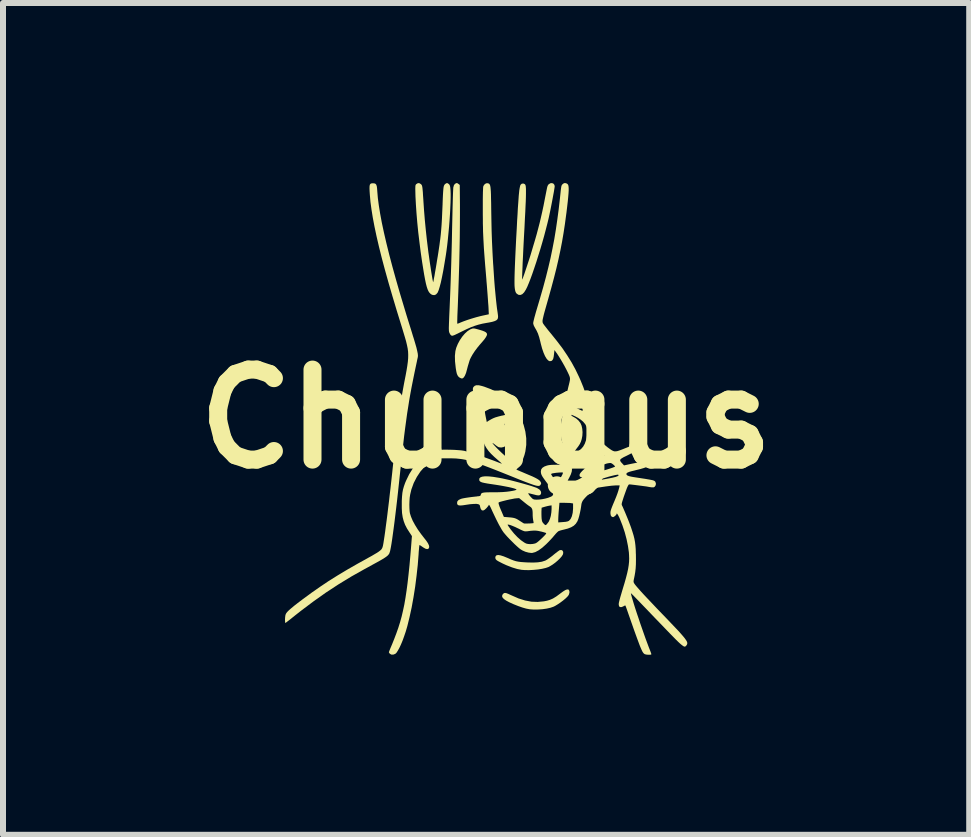
<source format=kicad_pcb>
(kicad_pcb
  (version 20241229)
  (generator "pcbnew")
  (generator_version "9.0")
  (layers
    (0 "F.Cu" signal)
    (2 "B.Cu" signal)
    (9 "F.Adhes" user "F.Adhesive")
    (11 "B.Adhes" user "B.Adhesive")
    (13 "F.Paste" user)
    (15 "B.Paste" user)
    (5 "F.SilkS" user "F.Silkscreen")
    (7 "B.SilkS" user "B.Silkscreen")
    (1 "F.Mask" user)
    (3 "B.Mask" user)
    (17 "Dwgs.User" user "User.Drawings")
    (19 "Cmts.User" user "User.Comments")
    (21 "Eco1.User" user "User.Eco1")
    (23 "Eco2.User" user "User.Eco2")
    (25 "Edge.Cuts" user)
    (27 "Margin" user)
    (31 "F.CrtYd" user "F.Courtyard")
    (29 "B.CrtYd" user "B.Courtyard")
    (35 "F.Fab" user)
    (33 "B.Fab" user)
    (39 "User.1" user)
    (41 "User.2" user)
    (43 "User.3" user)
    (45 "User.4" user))
  (footprint "Chungus"
    (layer "F.Cu")
    (at 5.05 3.93)
    (property "Reference" "Chungus" (at 0 0 0) (layer "F.SilkS") (effects (font (size 1.5 1.5) (thickness 0.3))))
    (attr board_only exclude_from_pos_files exclude_from_bom)
    (fp_poly (pts (xy -0.199 -1.507) (xy -0.175 -1.502) (xy -0.14 -1.493) (xy -0.14 -1.493) (xy -0.101 -1.482) (xy -0.062 -1.47) (xy -0.032 -1.458) (xy -0.027 -1.456) (xy -0.004 -1.443) (xy 0.01 -1.428) (xy 0.016 -1.411) (xy 0.011 -1.389) (xy -0.004 -1.361) (xy -0.029 -1.325) (xy -0.066 -1.281) (xy -0.103 -1.239) (xy -0.145 -1.188) (xy -0.187 -1.132) (xy -0.224 -1.076) (xy -0.253 -1.024) (xy -0.269 -0.991) (xy -0.279 -0.962) (xy -0.291 -0.922) (xy -0.305 -0.876) (xy -0.317 -0.83) (xy -0.334 -0.767) (xy -0.353 -0.721) (xy -0.372 -0.691) (xy -0.392 -0.675) (xy -0.415 -0.675) (xy -0.441 -0.688) (xy -0.451 -0.695) (xy -0.466 -0.71) (xy -0.477 -0.728) (xy -0.487 -0.751) (xy -0.495 -0.784) (xy -0.503 -0.829) (xy -0.507 -0.857) (xy -0.518 -0.959) (xy -0.52 -1.05) (xy -0.512 -1.129) (xy -0.498 -1.184) (xy -0.472 -1.248) (xy -0.438 -1.311) (xy -0.398 -1.37) (xy -0.355 -1.421) (xy -0.31 -1.462) (xy -0.267 -1.49) (xy -0.253 -1.496) (xy -0.233 -1.504) (xy -0.217 -1.507)) (stroke (width 0) (type solid)) (fill yes) (layer "F.SilkS"))
    (fp_poly (pts (xy 1.37 2.843) (xy 1.377 2.848) (xy 1.387 2.866) (xy 1.389 2.893) (xy 1.381 2.923) (xy 1.374 2.938) (xy 1.354 2.963) (xy 1.322 2.994) (xy 1.282 3.027) (xy 1.238 3.06) (xy 1.192 3.091) (xy 1.149 3.117) (xy 1.122 3.13) (xy 1.072 3.147) (xy 1.011 3.161) (xy 0.941 3.171) (xy 0.869 3.176) (xy 0.798 3.177) (xy 0.734 3.173) (xy 0.725 3.172) (xy 0.667 3.161) (xy 0.604 3.143) (xy 0.533 3.118) (xy 0.453 3.086) (xy 0.385 3.055) (xy 0.333 3.027) (xy 0.296 3.001) (xy 0.274 2.977) (xy 0.266 2.955) (xy 0.271 2.932) (xy 0.287 2.912) (xy 0.3 2.903) (xy 0.316 2.9) (xy 0.339 2.904) (xy 0.37 2.916) (xy 0.413 2.936) (xy 0.427 2.942) (xy 0.541 2.992) (xy 0.65 3.026) (xy 0.756 3.046) (xy 0.86 3.05) (xy 0.963 3.04) (xy 1.014 3.03) (xy 1.064 3.015) (xy 1.114 2.993) (xy 1.168 2.96) (xy 1.228 2.916) (xy 1.238 2.908) (xy 1.285 2.874) (xy 1.321 2.852) (xy 1.349 2.842)) (stroke (width 0) (type solid)) (fill yes) (layer "F.SilkS"))
    (fp_poly (pts (xy 1.274 2.196) (xy 1.285 2.218) (xy 1.283 2.247) (xy 1.279 2.26) (xy 1.262 2.288) (xy 1.233 2.322) (xy 1.195 2.359) (xy 1.153 2.395) (xy 1.108 2.428) (xy 1.064 2.455) (xy 1.04 2.468) (xy 0.993 2.484) (xy 0.933 2.498) (xy 0.865 2.509) (xy 0.791 2.516) (xy 0.716 2.52) (xy 0.644 2.519) (xy 0.591 2.515) (xy 0.518 2.501) (xy 0.433 2.475) (xy 0.338 2.438) (xy 0.277 2.41) (xy 0.23 2.386) (xy 0.196 2.368) (xy 0.174 2.353) (xy 0.161 2.339) (xy 0.155 2.324) (xy 0.153 2.311) (xy 0.159 2.287) (xy 0.174 2.273) (xy 0.201 2.268) (xy 0.24 2.274) (xy 0.291 2.29) (xy 0.355 2.316) (xy 0.367 2.321) (xy 0.416 2.343) (xy 0.458 2.359) (xy 0.497 2.371) (xy 0.537 2.379) (xy 0.582 2.385) (xy 0.637 2.389) (xy 0.691 2.392) (xy 0.784 2.394) (xy 0.863 2.39) (xy 0.928 2.38) (xy 0.981 2.363) (xy 0.993 2.358) (xy 1.016 2.345) (xy 1.048 2.323) (xy 1.085 2.296) (xy 1.122 2.267) (xy 1.123 2.265) (xy 1.157 2.238) (xy 1.188 2.214) (xy 1.212 2.197) (xy 1.226 2.188) (xy 1.228 2.187) (xy 1.255 2.185)) (stroke (width 0) (type solid)) (fill yes) (layer "F.SilkS"))
    (fp_poly (pts (xy 1.123 -3.919) (xy 1.138 -3.899) (xy 1.143 -3.877) (xy 1.141 -3.859) (xy 1.136 -3.827) (xy 1.129 -3.783) (xy 1.119 -3.73) (xy 1.108 -3.67) (xy 1.096 -3.606) (xy 1.083 -3.54) (xy 1.07 -3.474) (xy 1.057 -3.412) (xy 1.045 -3.356) (xy 1.044 -3.351) (xy 1.021 -3.256) (xy 0.995 -3.155) (xy 0.967 -3.049) (xy 0.936 -2.939) (xy 0.904 -2.83) (xy 0.87 -2.721) (xy 0.837 -2.615) (xy 0.803 -2.514) (xy 0.771 -2.42) (xy 0.74 -2.335) (xy 0.711 -2.261) (xy 0.685 -2.199) (xy 0.663 -2.155) (xy 0.634 -2.109) (xy 0.603 -2.078) (xy 0.572 -2.065) (xy 0.541 -2.067) (xy 0.518 -2.081) (xy 0.508 -2.089) (xy 0.499 -2.1) (xy 0.492 -2.114) (xy 0.486 -2.131) (xy 0.481 -2.154) (xy 0.477 -2.182) (xy 0.474 -2.217) (xy 0.473 -2.26) (xy 0.473 -2.311) (xy 0.474 -2.373) (xy 0.476 -2.445) (xy 0.479 -2.53) (xy 0.483 -2.627) (xy 0.488 -2.738) (xy 0.494 -2.863) (xy 0.501 -3.005) (xy 0.503 -3.04) (xy 0.511 -3.18) (xy 0.517 -3.304) (xy 0.524 -3.413) (xy 0.529 -3.509) (xy 0.535 -3.591) (xy 0.54 -3.661) (xy 0.544 -3.72) (xy 0.549 -3.769) (xy 0.553 -3.808) (xy 0.558 -3.84) (xy 0.563 -3.865) (xy 0.567 -3.883) (xy 0.572 -3.896) (xy 0.576 -3.903) (xy 0.595 -3.919) (xy 0.62 -3.922) (xy 0.643 -3.913) (xy 0.652 -3.903) (xy 0.656 -3.894) (xy 0.66 -3.88) (xy 0.662 -3.859) (xy 0.664 -3.832) (xy 0.664 -3.796) (xy 0.664 -3.75) (xy 0.663 -3.694) (xy 0.661 -3.627) (xy 0.657 -3.547) (xy 0.653 -3.453) (xy 0.647 -3.345) (xy 0.641 -3.221) (xy 0.64 -3.197) (xy 0.632 -3.056) (xy 0.625 -2.924) (xy 0.619 -2.804) (xy 0.614 -2.696) (xy 0.609 -2.599) (xy 0.606 -2.516) (xy 0.603 -2.447) (xy 0.601 -2.392) (xy 0.6 -2.353) (xy 0.6 -2.329) (xy 0.6 -2.321) (xy 0.604 -2.328) (xy 0.613 -2.348) (xy 0.625 -2.381) (xy 0.64 -2.424) (xy 0.657 -2.475) (xy 0.676 -2.532) (xy 0.696 -2.593) (xy 0.717 -2.656) (xy 0.737 -2.719) (xy 0.745 -2.745) (xy 0.781 -2.867) (xy 0.814 -2.977) (xy 0.843 -3.078) (xy 0.868 -3.173) (xy 0.892 -3.265) (xy 0.914 -3.358) (xy 0.936 -3.455) (xy 0.958 -3.558) (xy 0.98 -3.672) (xy 1.005 -3.798) (xy 1.011 -3.828) (xy 1.019 -3.866) (xy 1.029 -3.891) (xy 1.041 -3.908) (xy 1.045 -3.911) (xy 1.072 -3.927) (xy 1.099 -3.929)) (stroke (width 0) (type solid)) (fill yes) (layer "F.SilkS"))
    (fp_poly (pts (xy -1.111 -3.927) (xy -1.089 -3.914) (xy -1.081 -3.907) (xy -1.075 -3.899) (xy -1.069 -3.888) (xy -1.065 -3.872) (xy -1.061 -3.85) (xy -1.058 -3.818) (xy -1.054 -3.777) (xy -1.051 -3.723) (xy -1.046 -3.654) (xy -1.044 -3.619) (xy -1.034 -3.472) (xy -1.021 -3.313) (xy -1.005 -3.148) (xy -0.987 -2.981) (xy -0.967 -2.819) (xy -0.967 -2.818) (xy -0.961 -2.771) (xy -0.953 -2.716) (xy -0.945 -2.657) (xy -0.936 -2.594) (xy -0.926 -2.532) (xy -0.917 -2.471) (xy -0.908 -2.415) (xy -0.9 -2.366) (xy -0.893 -2.325) (xy -0.887 -2.296) (xy -0.884 -2.28) (xy -0.883 -2.278) (xy -0.88 -2.285) (xy -0.875 -2.307) (xy -0.869 -2.341) (xy -0.86 -2.386) (xy -0.851 -2.441) (xy -0.84 -2.502) (xy -0.829 -2.568) (xy -0.818 -2.638) (xy -0.806 -2.708) (xy -0.795 -2.778) (xy -0.785 -2.845) (xy -0.776 -2.906) (xy -0.769 -2.962) (xy -0.764 -2.997) (xy -0.756 -3.066) (xy -0.749 -3.144) (xy -0.742 -3.233) (xy -0.736 -3.334) (xy -0.731 -3.449) (xy -0.725 -3.58) (xy -0.725 -3.59) (xy -0.722 -3.669) (xy -0.719 -3.733) (xy -0.716 -3.783) (xy -0.713 -3.822) (xy -0.71 -3.851) (xy -0.706 -3.873) (xy -0.701 -3.888) (xy -0.695 -3.899) (xy -0.688 -3.908) (xy -0.686 -3.911) (xy -0.663 -3.927) (xy -0.642 -3.928) (xy -0.62 -3.912) (xy -0.619 -3.911) (xy -0.609 -3.899) (xy -0.603 -3.884) (xy -0.598 -3.862) (xy -0.595 -3.829) (xy -0.593 -3.806) (xy -0.591 -3.752) (xy -0.591 -3.683) (xy -0.593 -3.602) (xy -0.597 -3.511) (xy -0.602 -3.413) (xy -0.609 -3.309) (xy -0.617 -3.204) (xy -0.627 -3.098) (xy -0.637 -2.994) (xy -0.648 -2.895) (xy -0.66 -2.802) (xy -0.67 -2.733) (xy -0.693 -2.593) (xy -0.714 -2.47) (xy -0.735 -2.363) (xy -0.754 -2.274) (xy -0.773 -2.202) (xy -0.79 -2.146) (xy -0.806 -2.108) (xy -0.811 -2.1) (xy -0.835 -2.073) (xy -0.865 -2.062) (xy -0.898 -2.067) (xy -0.905 -2.07) (xy -0.926 -2.084) (xy -0.944 -2.102) (xy -0.96 -2.126) (xy -0.975 -2.159) (xy -0.989 -2.201) (xy -1.003 -2.255) (xy -1.017 -2.322) (xy -1.032 -2.403) (xy -1.04 -2.451) (xy -1.066 -2.613) (xy -1.09 -2.779) (xy -1.111 -2.946) (xy -1.131 -3.112) (xy -1.147 -3.273) (xy -1.16 -3.428) (xy -1.17 -3.574) (xy -1.177 -3.707) (xy -1.179 -3.789) (xy -1.18 -3.834) (xy -1.179 -3.865) (xy -1.178 -3.885) (xy -1.174 -3.898) (xy -1.169 -3.907) (xy -1.161 -3.914) (xy -1.135 -3.929)) (stroke (width 0) (type solid)) (fill yes) (layer "F.SilkS"))
    (fp_poly (pts (xy -0.48 -3.928) (xy -0.459 -3.914) (xy -0.439 -3.898) (xy -0.436 -3.575) (xy -0.436 -3.404) (xy -0.437 -3.217) (xy -0.439 -3.016) (xy -0.443 -2.804) (xy -0.448 -2.582) (xy -0.455 -2.352) (xy -0.463 -2.115) (xy -0.472 -1.874) (xy -0.477 -1.761) (xy -0.479 -1.709) (xy -0.48 -1.663) (xy -0.481 -1.625) (xy -0.481 -1.599) (xy -0.481 -1.587) (xy -0.481 -1.586) (xy -0.472 -1.588) (xy -0.452 -1.594) (xy -0.433 -1.603) (xy -0.378 -1.625) (xy -0.311 -1.649) (xy -0.239 -1.672) (xy -0.165 -1.694) (xy -0.096 -1.712) (xy -0.066 -1.719) (xy 0.045 -1.743) (xy 0.04 -1.854) (xy 0.038 -1.888) (xy 0.034 -1.935) (xy 0.03 -1.995) (xy 0.025 -2.064) (xy 0.019 -2.14) (xy 0.013 -2.219) (xy 0.006 -2.3) (xy 0.005 -2.319) (xy -0.006 -2.45) (xy -0.016 -2.567) (xy -0.024 -2.67) (xy -0.031 -2.762) (xy -0.037 -2.845) (xy -0.041 -2.92) (xy -0.045 -2.991) (xy -0.048 -3.057) (xy -0.051 -3.123) (xy -0.052 -3.189) (xy -0.054 -3.258) (xy -0.054 -3.33) (xy -0.055 -3.41) (xy -0.055 -3.474) (xy -0.055 -3.574) (xy -0.055 -3.658) (xy -0.054 -3.727) (xy -0.053 -3.781) (xy -0.051 -3.823) (xy -0.05 -3.853) (xy -0.047 -3.873) (xy -0.045 -3.881) (xy -0.026 -3.908) (xy -0.001 -3.925) (xy 0.026 -3.927) (xy 0.033 -3.925) (xy 0.043 -3.922) (xy 0.051 -3.917) (xy 0.058 -3.909) (xy 0.064 -3.898) (xy 0.069 -3.882) (xy 0.073 -3.859) (xy 0.076 -3.828) (xy 0.079 -3.787) (xy 0.081 -3.736) (xy 0.082 -3.673) (xy 0.084 -3.597) (xy 0.085 -3.505) (xy 0.086 -3.445) (xy 0.088 -3.326) (xy 0.09 -3.221) (xy 0.092 -3.126) (xy 0.095 -3.039) (xy 0.098 -2.955) (xy 0.102 -2.871) (xy 0.106 -2.784) (xy 0.111 -2.691) (xy 0.117 -2.587) (xy 0.12 -2.549) (xy 0.128 -2.425) (xy 0.136 -2.305) (xy 0.145 -2.192) (xy 0.155 -2.087) (xy 0.164 -1.993) (xy 0.173 -1.911) (xy 0.181 -1.843) (xy 0.185 -1.816) (xy 0.191 -1.776) (xy 0.196 -1.739) (xy 0.199 -1.711) (xy 0.199 -1.699) (xy 0.196 -1.676) (xy 0.187 -1.658) (xy 0.169 -1.642) (xy 0.141 -1.629) (xy 0.101 -1.617) (xy 0.047 -1.606) (xy 0.006 -1.599) (xy -0.064 -1.586) (xy -0.128 -1.57) (xy -0.189 -1.551) (xy -0.253 -1.527) (xy -0.323 -1.496) (xy -0.401 -1.458) (xy -0.454 -1.432) (xy -0.495 -1.412) (xy -0.524 -1.398) (xy -0.546 -1.39) (xy -0.56 -1.386) (xy -0.571 -1.386) (xy -0.579 -1.39) (xy -0.586 -1.394) (xy -0.6 -1.411) (xy -0.612 -1.436) (xy -0.615 -1.443) (xy -0.617 -1.451) (xy -0.618 -1.459) (xy -0.62 -1.469) (xy -0.62 -1.482) (xy -0.621 -1.499) (xy -0.621 -1.521) (xy -0.62 -1.551) (xy -0.619 -1.588) (xy -0.617 -1.635) (xy -0.615 -1.693) (xy -0.612 -1.764) (xy -0.608 -1.847) (xy -0.604 -1.946) (xy -0.601 -2.016) (xy -0.596 -2.143) (xy -0.591 -2.279) (xy -0.586 -2.427) (xy -0.581 -2.587) (xy -0.576 -2.761) (xy -0.571 -2.949) (xy -0.567 -3.152) (xy -0.562 -3.371) (xy -0.562 -3.372) (xy -0.56 -3.459) (xy -0.558 -3.542) (xy -0.556 -3.619) (xy -0.554 -3.688) (xy -0.552 -3.748) (xy -0.55 -3.797) (xy -0.548 -3.833) (xy -0.547 -3.854) (xy -0.546 -3.858) (xy -0.536 -3.894) (xy -0.52 -3.915) (xy -0.499 -3.928)) (stroke (width 0) (type solid)) (fill yes) (layer "F.SilkS"))
    (fp_poly (pts (xy -1.86 -3.924) (xy -1.843 -3.917) (xy -1.831 -3.903) (xy -1.822 -3.879) (xy -1.817 -3.842) (xy -1.813 -3.791) (xy -1.813 -3.789) (xy -1.804 -3.681) (xy -1.788 -3.559) (xy -1.766 -3.422) (xy -1.738 -3.271) (xy -1.703 -3.107) (xy -1.662 -2.93) (xy -1.615 -2.74) (xy -1.562 -2.539) (xy -1.503 -2.326) (xy -1.439 -2.103) (xy -1.369 -1.87) (xy -1.326 -1.727) (xy -1.304 -1.656) (xy -1.281 -1.582) (xy -1.258 -1.509) (xy -1.237 -1.441) (xy -1.219 -1.381) (xy -1.206 -1.341) (xy -1.181 -1.257) (xy -1.161 -1.188) (xy -1.148 -1.132) (xy -1.139 -1.089) (xy -1.136 -1.057) (xy -1.137 -1.037) (xy -1.14 -1.02) (xy -1.147 -0.99) (xy -1.155 -0.949) (xy -1.165 -0.903) (xy -1.172 -0.87) (xy -1.197 -0.751) (xy -1.22 -0.637) (xy -1.242 -0.527) (xy -1.262 -0.419) (xy -1.281 -0.311) (xy -1.298 -0.202) (xy -1.316 -0.089) (xy -1.332 0.029) (xy -1.349 0.154) (xy -1.366 0.287) (xy -1.382 0.43) (xy -1.4 0.585) (xy -1.418 0.754) (xy -1.437 0.929) (xy -1.452 1.071) (xy -1.467 1.21) (xy -1.482 1.345) (xy -1.497 1.474) (xy -1.512 1.598) (xy -1.526 1.713) (xy -1.54 1.82) (xy -1.553 1.916) (xy -1.565 2.002) (xy -1.576 2.075) (xy -1.586 2.134) (xy -1.595 2.179) (xy -1.6 2.203) (xy -1.606 2.221) (xy -1.611 2.237) (xy -1.618 2.251) (xy -1.629 2.265) (xy -1.643 2.28) (xy -1.663 2.296) (xy -1.689 2.314) (xy -1.723 2.335) (xy -1.767 2.361) (xy -1.821 2.391) (xy -1.887 2.427) (xy -1.965 2.47) (xy -2.024 2.502) (xy -2.248 2.628) (xy -2.461 2.758) (xy -2.669 2.894) (xy -2.875 3.04) (xy -3.084 3.197) (xy -3.178 3.271) (xy -3.223 3.307) (xy -3.264 3.34) (xy -3.299 3.367) (xy -3.325 3.387) (xy -3.342 3.399) (xy -3.346 3.402) (xy -3.348 3.394) (xy -3.35 3.374) (xy -3.351 3.345) (xy -3.351 3.342) (xy -3.349 3.307) (xy -3.345 3.275) (xy -3.339 3.255) (xy -3.329 3.236) (xy -3.311 3.214) (xy -3.284 3.187) (xy -3.247 3.155) (xy -3.199 3.115) (xy -3.139 3.068) (xy -3.066 3.013) (xy -3.057 3.006) (xy -2.913 2.9) (xy -2.77 2.8) (xy -2.624 2.702) (xy -2.472 2.607) (xy -2.312 2.511) (xy -2.141 2.413) (xy -2.043 2.359) (xy -1.968 2.317) (xy -1.906 2.283) (xy -1.857 2.254) (xy -1.818 2.231) (xy -1.788 2.211) (xy -1.766 2.194) (xy -1.75 2.18) (xy -1.739 2.166) (xy -1.731 2.151) (xy -1.725 2.136) (xy -1.724 2.132) (xy -1.718 2.109) (xy -1.711 2.071) (xy -1.703 2.019) (xy -1.693 1.954) (xy -1.682 1.877) (xy -1.671 1.791) (xy -1.658 1.695) (xy -1.645 1.593) (xy -1.632 1.484) (xy -1.618 1.371) (xy -1.605 1.255) (xy -1.591 1.137) (xy -1.578 1.019) (xy -1.565 0.901) (xy -1.553 0.786) (xy -1.543 0.691) (xy -1.525 0.514) (xy -1.508 0.353) (xy -1.49 0.203) (xy -1.472 0.063) (xy -1.454 -0.071) (xy -1.435 -0.2) (xy -1.414 -0.327) (xy -1.392 -0.455) (xy -1.368 -0.586) (xy -1.361 -0.623) (xy -1.341 -0.724) (xy -1.325 -0.811) (xy -1.313 -0.886) (xy -1.304 -0.952) (xy -1.299 -1.011) (xy -1.298 -1.067) (xy -1.3 -1.12) (xy -1.307 -1.174) (xy -1.319 -1.232) (xy -1.334 -1.295) (xy -1.355 -1.367) (xy -1.38 -1.45) (xy -1.409 -1.546) (xy -1.411 -1.552) (xy -1.49 -1.808) (xy -1.562 -2.049) (xy -1.628 -2.276) (xy -1.687 -2.488) (xy -1.74 -2.687) (xy -1.786 -2.872) (xy -1.826 -3.044) (xy -1.86 -3.205) (xy -1.888 -3.353) (xy -1.91 -3.49) (xy -1.927 -3.616) (xy -1.937 -3.732) (xy -1.941 -3.79) (xy -1.943 -3.841) (xy -1.942 -3.878) (xy -1.937 -3.902) (xy -1.927 -3.917) (xy -1.912 -3.924) (xy -1.89 -3.926) (xy -1.884 -3.926)) (stroke (width 0) (type solid)) (fill yes) (layer "F.SilkS"))
    (fp_poly (pts (xy -0.119 -0.56) (xy -0.069 -0.548) (xy -0.032 -0.537) (xy 0.08 -0.495) (xy 0.179 -0.447) (xy 0.267 -0.391) (xy 0.349 -0.326) (xy 0.381 -0.296) (xy 0.46 -0.208) (xy 0.528 -0.112) (xy 0.583 -0.009) (xy 0.625 0.099) (xy 0.654 0.211) (xy 0.669 0.323) (xy 0.669 0.434) (xy 0.654 0.543) (xy 0.639 0.602) (xy 0.618 0.661) (xy 0.594 0.717) (xy 0.567 0.766) (xy 0.541 0.804) (xy 0.534 0.813) (xy 0.504 0.845) (xy 0.544 0.862) (xy 0.566 0.872) (xy 0.6 0.886) (xy 0.642 0.904) (xy 0.687 0.923) (xy 0.708 0.932) (xy 0.77 0.958) (xy 0.818 0.981) (xy 0.853 1) (xy 0.879 1.017) (xy 0.897 1.033) (xy 0.908 1.05) (xy 0.909 1.051) (xy 0.917 1.07) (xy 0.915 1.084) (xy 0.908 1.096) (xy 0.902 1.105) (xy 0.893 1.112) (xy 0.883 1.116) (xy 0.868 1.117) (xy 0.848 1.115) (xy 0.822 1.109) (xy 0.789 1.099) (xy 0.746 1.084) (xy 0.694 1.065) (xy 0.631 1.041) (xy 0.555 1.011) (xy 0.466 0.975) (xy 0.384 0.942) (xy 0.259 0.892) (xy 0.148 0.848) (xy 0.05 0.81) (xy -0.037 0.777) (xy -0.113 0.749) (xy -0.182 0.726) (xy -0.243 0.707) (xy -0.299 0.692) (xy -0.351 0.68) (xy -0.401 0.671) (xy -0.45 0.665) (xy -0.499 0.66) (xy -0.55 0.658) (xy -0.604 0.657) (xy -0.648 0.657) (xy -0.711 0.657) (xy -0.76 0.658) (xy -0.799 0.661) (xy -0.83 0.667) (xy -0.857 0.676) (xy -0.882 0.689) (xy -0.91 0.706) (xy -0.942 0.728) (xy -1.021 0.795) (xy -1.093 0.875) (xy -1.154 0.967) (xy -1.206 1.068) (xy -1.245 1.175) (xy -1.266 1.264) (xy -1.273 1.311) (xy -1.277 1.366) (xy -1.279 1.426) (xy -1.278 1.484) (xy -1.275 1.535) (xy -1.27 1.571) (xy -1.252 1.628) (xy -1.224 1.695) (xy -1.185 1.767) (xy -1.138 1.843) (xy -1.083 1.92) (xy -1.038 1.978) (xy -0.997 2.03) (xy -0.969 2.072) (xy -0.953 2.106) (xy -0.948 2.133) (xy -0.95 2.143) (xy -0.961 2.164) (xy -0.982 2.17) (xy -1.011 2.163) (xy -1.049 2.141) (xy -1.076 2.122) (xy -1.095 2.109) (xy -1.108 2.103) (xy -1.112 2.104) (xy -1.113 2.115) (xy -1.116 2.139) (xy -1.119 2.175) (xy -1.123 2.219) (xy -1.125 2.256) (xy -1.139 2.434) (xy -1.159 2.615) (xy -1.182 2.796) (xy -1.21 2.973) (xy -1.241 3.144) (xy -1.276 3.304) (xy -1.312 3.451) (xy -1.317 3.468) (xy -1.34 3.547) (xy -1.366 3.623) (xy -1.392 3.695) (xy -1.419 3.76) (xy -1.446 3.817) (xy -1.471 3.862) (xy -1.493 3.896) (xy -1.513 3.915) (xy -1.513 3.915) (xy -1.547 3.928) (xy -1.578 3.928) (xy -1.603 3.914) (xy -1.615 3.899) (xy -1.62 3.889) (xy -1.617 3.878) (xy -1.608 3.855) (xy -1.595 3.822) (xy -1.578 3.782) (xy -1.568 3.759) (xy -1.53 3.664) (xy -1.495 3.572) (xy -1.463 3.481) (xy -1.434 3.389) (xy -1.408 3.295) (xy -1.385 3.197) (xy -1.363 3.094) (xy -1.344 2.984) (xy -1.326 2.865) (xy -1.309 2.737) (xy -1.293 2.597) (xy -1.277 2.444) (xy -1.262 2.276) (xy -1.253 2.168) (xy -1.236 1.953) (xy -1.277 1.891) (xy -1.318 1.827) (xy -1.35 1.765) (xy -1.373 1.704) (xy -1.39 1.639) (xy -1.401 1.568) (xy -1.405 1.488) (xy -1.405 1.395) (xy -1.405 1.367) (xy -1.401 1.294) (xy -1.395 1.232) (xy -1.385 1.178) (xy -1.37 1.125) (xy -1.35 1.068) (xy -1.331 1.024) (xy -1.281 0.921) (xy -1.222 0.827) (xy -1.155 0.743) (xy -1.083 0.67) (xy -1.007 0.609) (xy -0.927 0.562) (xy -0.846 0.531) (xy -0.798 0.519) (xy -0.762 0.516) (xy -0.714 0.513) (xy -0.657 0.513) (xy -0.594 0.514) (xy -0.531 0.516) (xy -0.471 0.52) (xy -0.418 0.524) (xy -0.377 0.53) (xy -0.364 0.532) (xy -0.321 0.544) (xy -0.265 0.56) (xy -0.197 0.582) (xy -0.121 0.607) (xy -0.038 0.636) (xy 0.048 0.667) (xy 0.136 0.699) (xy 0.223 0.733) (xy 0.26 0.747) (xy 0.261 0.745) (xy 0.25 0.733) (xy 0.23 0.715) (xy 0.202 0.691) (xy 0.2 0.689) (xy 0.135 0.632) (xy 0.082 0.581) (xy 0.04 0.534) (xy 0.006 0.487) (xy -0.022 0.438) (xy -0.036 0.405) (xy 0.107 0.405) (xy 0.116 0.418) (xy 0.136 0.441) (xy 0.165 0.472) (xy 0.197 0.505) (xy 0.258 0.564) (xy 0.313 0.614) (xy 0.36 0.652) (xy 0.399 0.679) (xy 0.429 0.694) (xy 0.448 0.696) (xy 0.455 0.688) (xy 0.468 0.669) (xy 0.483 0.642) (xy 0.484 0.639) (xy 0.497 0.613) (xy 0.505 0.588) (xy 0.512 0.561) (xy 0.517 0.527) (xy 0.521 0.481) (xy 0.522 0.476) (xy 0.526 0.409) (xy 0.526 0.34) (xy 0.522 0.272) (xy 0.516 0.209) (xy 0.507 0.157) (xy 0.499 0.127) (xy 0.49 0.106) (xy 0.48 0.092) (xy 0.464 0.084) (xy 0.439 0.079) (xy 0.403 0.077) (xy 0.369 0.077) (xy 0.337 0.077) (xy 0.318 0.079) (xy 0.31 0.083) (xy 0.31 0.09) (xy 0.31 0.092) (xy 0.325 0.146) (xy 0.337 0.187) (xy 0.345 0.219) (xy 0.351 0.245) (xy 0.356 0.269) (xy 0.358 0.28) (xy 0.363 0.33) (xy 0.361 0.378) (xy 0.352 0.417) (xy 0.344 0.433) (xy 0.321 0.455) (xy 0.288 0.47) (xy 0.251 0.477) (xy 0.216 0.473) (xy 0.202 0.468) (xy 0.185 0.457) (xy 0.161 0.44) (xy 0.147 0.428) (xy 0.122 0.41) (xy 0.109 0.402) (xy 0.107 0.405) (xy -0.036 0.405) (xy -0.046 0.384) (xy -0.064 0.333) (xy -0.077 0.286) (xy -0.092 0.226) (xy -0.109 0.155) (xy -0.126 0.076) (xy -0.144 -0.009) (xy -0.161 -0.096) (xy -0.177 -0.183) (xy -0.191 -0.265) (xy -0.203 -0.342) (xy -0.208 -0.378) (xy -0.059 -0.378) (xy -0.057 -0.353) (xy -0.053 -0.317) (xy -0.047 -0.271) (xy -0.039 -0.219) (xy -0.029 -0.162) (xy -0.019 -0.104) (xy -0.012 -0.063) (xy 0.011 0.052) (xy 0.037 0.034) (xy 0.059 0.021) (xy 0.089 0.004) (xy 0.117 -0.01) (xy 0.154 -0.025) (xy 0.202 -0.039) (xy 0.257 -0.053) (xy 0.274 -0.056) (xy 0.314 -0.065) (xy 0.348 -0.072) (xy 0.372 -0.078) (xy 0.382 -0.081) (xy 0.382 -0.081) (xy 0.38 -0.09) (xy 0.368 -0.107) (xy 0.348 -0.131) (xy 0.325 -0.158) (xy 0.299 -0.185) (xy 0.274 -0.21) (xy 0.259 -0.223) (xy 0.228 -0.247) (xy 0.189 -0.273) (xy 0.151 -0.297) (xy 0.149 -0.298) (xy 0.112 -0.318) (xy 0.073 -0.338) (xy 0.034 -0.356) (xy -0.002 -0.372) (xy -0.031 -0.383) (xy -0.051 -0.389) (xy -0.057 -0.389) (xy -0.059 -0.378) (xy -0.208 -0.378) (xy -0.213 -0.409) (xy -0.215 -0.427) (xy -0.219 -0.466) (xy -0.221 -0.492) (xy -0.22 -0.509) (xy -0.216 -0.522) (xy -0.209 -0.533) (xy -0.207 -0.535) (xy -0.187 -0.553) (xy -0.158 -0.561)) (stroke (width 0) (type solid)) (fill yes) (layer "F.SilkS"))
    (fp_poly (pts (xy 1.342 -3.923) (xy 1.353 -3.916) (xy 1.363 -3.906) (xy 1.37 -3.891) (xy 1.374 -3.87) (xy 1.376 -3.841) (xy 1.376 -3.803) (xy 1.373 -3.756) (xy 1.368 -3.697) (xy 1.361 -3.625) (xy 1.351 -3.539) (xy 1.339 -3.438) (xy 1.334 -3.402) (xy 1.313 -3.245) (xy 1.29 -3.095) (xy 1.265 -2.949) (xy 1.237 -2.805) (xy 1.206 -2.659) (xy 1.171 -2.508) (xy 1.131 -2.35) (xy 1.086 -2.182) (xy 1.037 -2.006) (xy 1.012 -1.918) (xy 0.991 -1.844) (xy 0.974 -1.784) (xy 0.961 -1.735) (xy 0.952 -1.697) (xy 0.945 -1.667) (xy 0.941 -1.645) (xy 0.94 -1.628) (xy 0.941 -1.615) (xy 0.943 -1.604) (xy 0.946 -1.596) (xy 0.954 -1.582) (xy 0.972 -1.557) (xy 0.998 -1.524) (xy 1.029 -1.484) (xy 1.064 -1.441) (xy 1.08 -1.422) (xy 1.182 -1.295) (xy 1.273 -1.175) (xy 1.352 -1.058) (xy 1.424 -0.942) (xy 1.489 -0.823) (xy 1.548 -0.7) (xy 1.573 -0.644) (xy 1.618 -0.534) (xy 1.662 -0.41) (xy 1.705 -0.276) (xy 1.745 -0.136) (xy 1.781 0.008) (xy 1.813 0.152) (xy 1.816 0.166) (xy 1.829 0.225) (xy 1.84 0.269) (xy 1.851 0.3) (xy 1.861 0.321) (xy 1.863 0.323) (xy 1.882 0.346) (xy 1.911 0.375) (xy 1.947 0.408) (xy 1.986 0.442) (xy 2.026 0.475) (xy 2.062 0.501) (xy 2.066 0.504) (xy 2.093 0.522) (xy 2.116 0.534) (xy 2.138 0.541) (xy 2.162 0.541) (xy 2.191 0.536) (xy 2.227 0.524) (xy 2.275 0.506) (xy 2.312 0.491) (xy 2.374 0.466) (xy 2.422 0.448) (xy 2.459 0.436) (xy 2.487 0.43) (xy 2.507 0.428) (xy 2.523 0.431) (xy 2.531 0.434) (xy 2.546 0.45) (xy 2.549 0.473) (xy 2.539 0.495) (xy 2.536 0.498) (xy 2.503 0.525) (xy 2.455 0.555) (xy 2.39 0.59) (xy 2.34 0.615) (xy 2.292 0.638) (xy 2.26 0.657) (xy 2.24 0.672) (xy 2.233 0.688) (xy 2.237 0.704) (xy 2.251 0.724) (xy 2.266 0.74) (xy 2.298 0.775) (xy 2.413 0.75) (xy 2.492 0.734) (xy 2.556 0.722) (xy 2.607 0.715) (xy 2.646 0.712) (xy 2.676 0.714) (xy 2.697 0.72) (xy 2.712 0.731) (xy 2.72 0.742) (xy 2.724 0.759) (xy 2.718 0.774) (xy 2.701 0.789) (xy 2.671 0.804) (xy 2.627 0.819) (xy 2.569 0.836) (xy 2.495 0.854) (xy 2.481 0.858) (xy 2.426 0.871) (xy 2.387 0.882) (xy 2.36 0.893) (xy 2.344 0.903) (xy 2.338 0.914) (xy 2.338 0.923) (xy 2.342 0.932) (xy 2.351 0.941) (xy 2.368 0.949) (xy 2.394 0.957) (xy 2.431 0.965) (xy 2.48 0.973) (xy 2.544 0.983) (xy 2.583 0.989) (xy 2.65 0.999) (xy 2.702 1.008) (xy 2.742 1.015) (xy 2.771 1.021) (xy 2.791 1.027) (xy 2.805 1.034) (xy 2.815 1.042) (xy 2.819 1.047) (xy 2.829 1.073) (xy 2.827 1.102) (xy 2.814 1.125) (xy 2.804 1.134) (xy 2.793 1.14) (xy 2.778 1.141) (xy 2.755 1.14) (xy 2.721 1.135) (xy 2.694 1.13) (xy 2.665 1.125) (xy 2.626 1.12) (xy 2.581 1.114) (xy 2.533 1.108) (xy 2.486 1.102) (xy 2.443 1.097) (xy 2.409 1.093) (xy 2.387 1.092) (xy 2.382 1.091) (xy 2.374 1.098) (xy 2.362 1.118) (xy 2.347 1.151) (xy 2.329 1.2) (xy 2.306 1.264) (xy 2.293 1.301) (xy 2.278 1.348) (xy 2.267 1.383) (xy 2.261 1.406) (xy 2.259 1.423) (xy 2.261 1.434) (xy 2.264 1.442) (xy 2.277 1.468) (xy 2.294 1.508) (xy 2.315 1.556) (xy 2.337 1.609) (xy 2.36 1.665) (xy 2.381 1.718) (xy 2.399 1.766) (xy 2.414 1.806) (xy 2.438 1.879) (xy 2.457 1.941) (xy 2.471 1.997) (xy 2.481 2.051) (xy 2.488 2.107) (xy 2.493 2.17) (xy 2.495 2.245) (xy 2.496 2.255) (xy 2.497 2.346) (xy 2.496 2.423) (xy 2.492 2.491) (xy 2.485 2.552) (xy 2.475 2.611) (xy 2.467 2.65) (xy 2.46 2.683) (xy 2.457 2.704) (xy 2.458 2.719) (xy 2.463 2.733) (xy 2.467 2.74) (xy 2.479 2.758) (xy 2.5 2.785) (xy 2.532 2.821) (xy 2.573 2.868) (xy 2.625 2.925) (xy 2.688 2.992) (xy 2.763 3.071) (xy 2.848 3.161) (xy 2.933 3.249) (xy 3.017 3.336) (xy 3.089 3.412) (xy 3.151 3.477) (xy 3.204 3.533) (xy 3.247 3.581) (xy 3.281 3.62) (xy 3.308 3.653) (xy 3.328 3.681) (xy 3.342 3.703) (xy 3.35 3.722) (xy 3.352 3.737) (xy 3.351 3.75) (xy 3.346 3.762) (xy 3.338 3.774) (xy 3.335 3.778) (xy 3.328 3.785) (xy 3.322 3.791) (xy 3.314 3.794) (xy 3.304 3.794) (xy 3.292 3.79) (xy 3.277 3.78) (xy 3.257 3.765) (xy 3.232 3.744) (xy 3.202 3.716) (xy 3.165 3.68) (xy 3.121 3.635) (xy 3.069 3.582) (xy 3.007 3.518) (xy 2.936 3.444) (xy 2.854 3.359) (xy 2.813 3.317) (xy 2.749 3.25) (xy 2.688 3.186) (xy 2.63 3.126) (xy 2.578 3.072) (xy 2.533 3.025) (xy 2.494 2.985) (xy 2.464 2.954) (xy 2.444 2.934) (xy 2.435 2.925) (xy 2.412 2.903) (xy 2.417 2.929) (xy 2.427 2.967) (xy 2.443 3.02) (xy 2.462 3.084) (xy 2.485 3.157) (xy 2.511 3.237) (xy 2.54 3.322) (xy 2.569 3.41) (xy 2.6 3.498) (xy 2.63 3.584) (xy 2.659 3.666) (xy 2.687 3.741) (xy 2.712 3.808) (xy 2.728 3.848) (xy 2.74 3.879) (xy 2.749 3.905) (xy 2.754 3.92) (xy 2.754 3.922) (xy 2.746 3.928) (xy 2.727 3.93) (xy 2.702 3.93) (xy 2.675 3.928) (xy 2.652 3.923) (xy 2.643 3.92) (xy 2.634 3.914) (xy 2.624 3.905) (xy 2.614 3.892) (xy 2.603 3.874) (xy 2.591 3.849) (xy 2.577 3.817) (xy 2.56 3.776) (xy 2.541 3.725) (xy 2.518 3.663) (xy 2.491 3.589) (xy 2.459 3.5) (xy 2.423 3.397) (xy 2.42 3.389) (xy 2.398 3.325) (xy 2.377 3.266) (xy 2.359 3.214) (xy 2.344 3.171) (xy 2.332 3.138) (xy 2.325 3.119) (xy 2.324 3.114) (xy 2.317 3.109) (xy 2.301 3.115) (xy 2.292 3.121) (xy 2.258 3.136) (xy 2.233 3.136) (xy 2.216 3.123) (xy 2.21 3.095) (xy 2.211 3.071) (xy 2.215 3.052) (xy 2.223 3.019) (xy 2.235 2.975) (xy 2.25 2.924) (xy 2.266 2.869) (xy 2.275 2.839) (xy 2.306 2.737) (xy 2.331 2.648) (xy 2.351 2.57) (xy 2.366 2.501) (xy 2.376 2.439) (xy 2.382 2.382) (xy 2.384 2.327) (xy 2.382 2.272) (xy 2.379 2.224) (xy 2.364 2.119) (xy 2.341 2.006) (xy 2.31 1.889) (xy 2.272 1.775) (xy 2.23 1.668) (xy 2.22 1.645) (xy 2.202 1.609) (xy 2.188 1.586) (xy 2.179 1.576) (xy 2.174 1.581) (xy 2.174 1.585) (xy 2.168 1.598) (xy 2.152 1.614) (xy 2.133 1.629) (xy 2.117 1.637) (xy 2.114 1.637) (xy 2.092 1.629) (xy 2.077 1.608) (xy 2.072 1.575) (xy 2.072 1.574) (xy 2.072 1.556) (xy 2.074 1.539) (xy 2.079 1.52) (xy 2.087 1.496) (xy 2.099 1.464) (xy 2.116 1.422) (xy 2.139 1.368) (xy 2.141 1.363) (xy 2.168 1.297) (xy 2.189 1.241) (xy 2.205 1.192) (xy 2.218 1.145) (xy 2.221 1.132) (xy 2.226 1.108) (xy 2.165 1.108) (xy 2.136 1.11) (xy 2.095 1.113) (xy 2.045 1.119) (xy 1.992 1.126) (xy 1.959 1.131) (xy 1.812 1.153) (xy 1.737 1.227) (xy 1.691 1.272) (xy 1.656 1.308) (xy 1.63 1.337) (xy 1.612 1.361) (xy 1.6 1.383) (xy 1.592 1.405) (xy 1.587 1.429) (xy 1.585 1.447) (xy 1.576 1.505) (xy 1.564 1.564) (xy 1.551 1.619) (xy 1.537 1.667) (xy 1.523 1.702) (xy 1.522 1.705) (xy 1.495 1.747) (xy 1.461 1.78) (xy 1.417 1.806) (xy 1.36 1.828) (xy 1.302 1.843) (xy 1.265 1.852) (xy 1.232 1.861) (xy 1.209 1.87) (xy 1.203 1.873) (xy 1.188 1.886) (xy 1.166 1.908) (xy 1.142 1.936) (xy 1.134 1.945) (xy 1.109 1.975) (xy 1.076 2.011) (xy 1.039 2.05) (xy 1.002 2.087) (xy 1.001 2.088) (xy 0.935 2.147) (xy 0.874 2.191) (xy 0.819 2.22) (xy 0.77 2.233) (xy 0.754 2.234) (xy 0.707 2.228) (xy 0.655 2.214) (xy 0.605 2.192) (xy 0.575 2.174) (xy 0.549 2.154) (xy 0.515 2.124) (xy 0.475 2.087) (xy 0.433 2.045) (xy 0.39 2.002) (xy 0.35 1.96) (xy 0.316 1.921) (xy 0.29 1.89) (xy 0.286 1.884) (xy 0.263 1.85) (xy 0.236 1.802) (xy 0.215 1.765) (xy 0.358 1.765) (xy 0.363 1.774) (xy 0.376 1.794) (xy 0.395 1.821) (xy 0.409 1.841) (xy 0.465 1.91) (xy 0.523 1.971) (xy 0.581 2.022) (xy 0.637 2.061) (xy 0.667 2.077) (xy 0.697 2.084) (xy 0.736 2.087) (xy 0.778 2.084) (xy 0.816 2.076) (xy 0.834 2.068) (xy 0.851 2.057) (xy 0.877 2.036) (xy 0.907 2.009) (xy 0.936 1.982) (xy 0.968 1.95) (xy 0.988 1.928) (xy 0.999 1.914) (xy 1.001 1.905) (xy 0.998 1.901) (xy 0.984 1.896) (xy 0.958 1.888) (xy 0.925 1.879) (xy 0.906 1.875) (xy 0.871 1.867) (xy 0.842 1.863) (xy 0.814 1.861) (xy 0.782 1.862) (xy 0.742 1.865) (xy 0.69 1.872) (xy 0.684 1.872) (xy 0.666 1.874) (xy 0.649 1.874) (xy 0.632 1.87) (xy 0.61 1.862) (xy 0.579 1.848) (xy 0.538 1.827) (xy 0.535 1.826) (xy 0.485 1.802) (xy 0.44 1.783) (xy 0.403 1.769) (xy 0.376 1.762) (xy 0.361 1.762) (xy 0.358 1.765) (xy 0.215 1.765) (xy 0.204 1.744) (xy 0.17 1.677) (xy 0.135 1.604) (xy 0.099 1.528) (xy 0.094 1.516) (xy 0.074 1.473) (xy 0.059 1.445) (xy 0.048 1.432) (xy 0.043 1.434) (xy 0.043 1.44) (xy 0.037 1.449) (xy 0.023 1.467) (xy 0.006 1.487) (xy -0.025 1.515) (xy -0.05 1.527) (xy -0.071 1.523) (xy -0.087 1.503) (xy -0.09 1.497) (xy -0.098 1.472) (xy -0.102 1.452) (xy -0.102 1.45) (xy -0.109 1.433) (xy -0.128 1.422) (xy -0.16 1.416) (xy -0.207 1.417) (xy -0.269 1.422) (xy -0.336 1.432) (xy -0.389 1.44) (xy -0.428 1.443) (xy -0.455 1.441) (xy -0.472 1.433) (xy -0.481 1.419) (xy -0.484 1.401) (xy -0.483 1.397) (xy 0.208 1.397) (xy 0.208 1.411) (xy 0.214 1.432) (xy 0.225 1.465) (xy 0.243 1.509) (xy 0.265 1.56) (xy 0.296 1.633) (xy 0.368 1.639) (xy 0.416 1.643) (xy 0.451 1.648) (xy 0.479 1.655) (xy 0.504 1.665) (xy 0.53 1.679) (xy 0.556 1.696) (xy 0.586 1.715) (xy 0.611 1.731) (xy 0.628 1.741) (xy 0.631 1.742) (xy 0.644 1.744) (xy 0.667 1.744) (xy 0.698 1.743) (xy 0.73 1.742) (xy 0.76 1.74) (xy 0.782 1.738) (xy 0.791 1.736) (xy 0.791 1.727) (xy 0.788 1.707) (xy 0.784 1.688) (xy 0.779 1.652) (xy 0.776 1.611) (xy 0.776 1.595) (xy 0.776 1.585) (xy 0.922 1.585) (xy 0.923 1.63) (xy 0.925 1.662) (xy 0.93 1.695) (xy 0.937 1.717) (xy 0.95 1.735) (xy 0.96 1.746) (xy 0.978 1.764) (xy 0.989 1.77) (xy 0.998 1.767) (xy 1.007 1.76) (xy 1.022 1.742) (xy 1.04 1.718) (xy 1.046 1.708) (xy 1.058 1.679) (xy 1.202 1.679) (xy 1.202 1.725) (xy 1.281 1.719) (xy 1.327 1.715) (xy 1.359 1.708) (xy 1.379 1.699) (xy 1.381 1.698) (xy 1.408 1.668) (xy 1.429 1.623) (xy 1.443 1.565) (xy 1.449 1.496) (xy 1.449 1.471) (xy 1.449 1.409) (xy 1.418 1.404) (xy 1.395 1.401) (xy 1.361 1.4) (xy 1.321 1.399) (xy 1.304 1.398) (xy 1.222 1.398) (xy 1.212 1.516) (xy 1.208 1.564) (xy 1.205 1.61) (xy 1.203 1.649) (xy 1.202 1.677) (xy 1.202 1.679) (xy 1.058 1.679) (xy 1.063 1.668) (xy 1.078 1.617) (xy 1.087 1.559) (xy 1.091 1.502) (xy 1.091 1.498) (xy 1.091 1.441) (xy 1.055 1.446) (xy 1.025 1.452) (xy 0.99 1.461) (xy 0.972 1.466) (xy 0.925 1.48) (xy 0.922 1.544) (xy 0.922 1.585) (xy 0.776 1.585) (xy 0.775 1.549) (xy 0.771 1.515) (xy 0.762 1.492) (xy 0.749 1.474) (xy 0.73 1.46) (xy 0.709 1.446) (xy 0.679 1.424) (xy 0.645 1.397) (xy 0.623 1.379) (xy 0.55 1.32) (xy 0.499 1.324) (xy 0.473 1.327) (xy 0.438 1.334) (xy 0.396 1.342) (xy 0.35 1.352) (xy 0.306 1.363) (xy 0.267 1.373) (xy 0.235 1.382) (xy 0.215 1.389) (xy 0.212 1.39) (xy 0.208 1.397) (xy -0.483 1.397) (xy -0.479 1.374) (xy -0.458 1.351) (xy -0.422 1.334) (xy -0.41 1.33) (xy -0.385 1.324) (xy -0.347 1.317) (xy -0.301 1.31) (xy -0.25 1.303) (xy -0.199 1.297) (xy -0.152 1.292) (xy -0.151 1.291) (xy -0.12 1.288) (xy -0.102 1.284) (xy -0.093 1.277) (xy -0.089 1.266) (xy -0.085 1.252) (xy -0.078 1.242) (xy -0.068 1.235) (xy -0.051 1.23) (xy -0.025 1.226) (xy 0.011 1.224) (xy 0.06 1.223) (xy 0.123 1.223) (xy 0.208 1.222) (xy 0.28 1.219) (xy 0.341 1.214) (xy 0.396 1.207) (xy 0.447 1.198) (xy 0.471 1.193) (xy 0.494 1.186) (xy 0.506 1.18) (xy 0.507 1.177) (xy 0.495 1.169) (xy 0.468 1.159) (xy 0.427 1.148) (xy 0.375 1.136) (xy 0.313 1.124) (xy 0.243 1.111) (xy 0.168 1.099) (xy 0.088 1.087) (xy 0.087 1.087) (xy 0.023 1.077) (xy -0.026 1.068) (xy -0.062 1.06) (xy -0.087 1.051) (xy -0.103 1.04) (xy -0.112 1.028) (xy -0.114 1.022) (xy -0.114 0.996) (xy -0.098 0.976) (xy -0.067 0.963) (xy -0.02 0.957) (xy 0.042 0.958) (xy 0.119 0.966) (xy 0.212 0.981) (xy 0.213 0.981) (xy 0.271 0.992) (xy 0.337 1.007) (xy 0.408 1.023) (xy 0.482 1.042) (xy 0.557 1.062) (xy 0.629 1.082) (xy 0.696 1.101) (xy 0.756 1.119) (xy 0.805 1.136) (xy 0.842 1.149) (xy 0.852 1.154) (xy 0.889 1.177) (xy 0.911 1.204) (xy 0.917 1.232) (xy 0.916 1.24) (xy 0.908 1.26) (xy 0.894 1.271) (xy 0.872 1.275) (xy 0.839 1.271) (xy 0.793 1.259) (xy 0.788 1.258) (xy 0.753 1.249) (xy 0.725 1.242) (xy 0.706 1.239) (xy 0.702 1.24) (xy 0.704 1.248) (xy 0.715 1.265) (xy 0.732 1.287) (xy 0.751 1.308) (xy 0.77 1.327) (xy 0.781 1.336) (xy 0.805 1.344) (xy 0.841 1.346) (xy 0.885 1.344) (xy 0.935 1.338) (xy 0.985 1.328) (xy 1.033 1.315) (xy 1.074 1.299) (xy 1.094 1.289) (xy 1.112 1.272) (xy 1.117 1.256) (xy 1.112 1.234) (xy 1.098 1.202) (xy 1.076 1.162) (xy 1.049 1.117) (xy 1.017 1.07) (xy 0.998 1.045) (xy 0.965 1) (xy 0.941 0.965) (xy 0.926 0.938) (xy 0.919 0.92) (xy 1.083 0.92) (xy 1.087 0.93) (xy 1.099 0.949) (xy 1.116 0.974) (xy 1.135 1.001) (xy 1.152 1.025) (xy 1.166 1.042) (xy 1.167 1.043) (xy 1.176 1.052) (xy 1.184 1.052) (xy 1.196 1.041) (xy 1.207 1.028) (xy 1.226 1.003) (xy 1.247 0.971) (xy 1.261 0.947) (xy 1.275 0.918) (xy 1.28 0.901) (xy 1.277 0.893) (xy 1.276 0.893) (xy 1.263 0.892) (xy 1.237 0.893) (xy 1.204 0.895) (xy 1.169 0.898) (xy 1.136 0.903) (xy 1.11 0.907) (xy 1.106 0.908) (xy 1.089 0.914) (xy 1.083 0.92) (xy 0.919 0.92) (xy 0.917 0.914) (xy 0.913 0.892) (xy 0.912 0.876) (xy 0.918 0.842) (xy 0.937 0.816) (xy 0.97 0.794) (xy 1.01 0.779) (xy 1.033 0.773) (xy 1.058 0.769) (xy 1.089 0.766) (xy 1.129 0.765) (xy 1.181 0.764) (xy 1.226 0.763) (xy 1.391 0.763) (xy 1.412 0.787) (xy 1.426 0.811) (xy 1.431 0.841) (xy 1.427 0.878) (xy 1.412 0.924) (xy 1.386 0.978) (xy 1.35 1.044) (xy 1.341 1.06) (xy 1.306 1.121) (xy 1.28 1.17) (xy 1.266 1.207) (xy 1.261 1.234) (xy 1.267 1.253) (xy 1.284 1.264) (xy 1.312 1.269) (xy 1.351 1.269) (xy 1.368 1.268) (xy 1.427 1.261) (xy 1.485 1.248) (xy 1.537 1.23) (xy 1.578 1.209) (xy 1.578 1.208) (xy 1.593 1.198) (xy 1.605 1.185) (xy 1.619 1.168) (xy 1.637 1.142) (xy 1.659 1.107) (xy 1.681 1.082) (xy 1.718 1.061) (xy 1.722 1.06) (xy 1.769 1.041) (xy 1.729 1.046) (xy 1.69 1.046) (xy 1.663 1.036) (xy 1.662 1.035) (xy 1.785 1.035) (xy 1.786 1.04) (xy 1.791 1.04) (xy 1.798 1.037) (xy 1.796 1.035) (xy 1.786 1.034) (xy 1.785 1.035) (xy 1.662 1.035) (xy 1.656 1.026) (xy 1.827 1.026) (xy 1.829 1.031) (xy 1.833 1.032) (xy 1.84 1.029) (xy 1.839 1.026) (xy 1.829 1.025) (xy 1.827 1.026) (xy 1.656 1.026) (xy 1.649 1.016) (xy 1.879 1.016) (xy 1.882 1.018) (xy 1.9 1.017) (xy 1.932 1.012) (xy 1.981 1.004) (xy 2.045 0.992) (xy 2.11 0.979) (xy 2.158 0.967) (xy 2.19 0.955) (xy 2.206 0.944) (xy 2.208 0.938) (xy 2.201 0.93) (xy 2.196 0.929) (xy 2.174 0.932) (xy 2.138 0.939) (xy 2.093 0.95) (xy 2.04 0.964) (xy 1.984 0.981) (xy 1.957 0.989) (xy 1.917 1.002) (xy 1.891 1.011) (xy 1.879 1.016) (xy 1.649 1.016) (xy 1.649 1.016) (xy 1.647 0.995) (xy 1.651 0.98) (xy 1.66 0.967) (xy 1.676 0.955) (xy 1.701 0.942) (xy 1.736 0.928) (xy 1.785 0.912) (xy 1.847 0.893) (xy 1.867 0.887) (xy 1.949 0.863) (xy 2.015 0.843) (xy 2.066 0.827) (xy 2.104 0.814) (xy 2.13 0.804) (xy 2.145 0.797) (xy 2.149 0.793) (xy 2.143 0.784) (xy 2.127 0.768) (xy 2.117 0.759) (xy 2.094 0.742) (xy 2.074 0.735) (xy 2.051 0.736) (xy 2.013 0.743) (xy 1.971 0.757) (xy 1.923 0.779) (xy 1.868 0.811) (xy 1.803 0.851) (xy 1.727 0.902) (xy 1.694 0.925) (xy 1.647 0.955) (xy 1.61 0.97) (xy 1.583 0.972) (xy 1.564 0.961) (xy 1.561 0.956) (xy 1.556 0.938) (xy 1.561 0.918) (xy 1.577 0.894) (xy 1.605 0.864) (xy 1.624 0.846) (xy 1.7 0.781) (xy 1.788 0.719) (xy 1.887 0.659) (xy 1.971 0.612) (xy 1.926 0.566) (xy 1.897 0.538) (xy 1.866 0.51) (xy 1.836 0.485) (xy 1.81 0.466) (xy 1.791 0.454) (xy 1.785 0.452) (xy 1.776 0.458) (xy 1.761 0.475) (xy 1.747 0.492) (xy 1.708 0.542) (xy 1.662 0.59) (xy 1.614 0.634) (xy 1.566 0.67) (xy 1.522 0.696) (xy 1.491 0.708) (xy 1.457 0.712) (xy 1.424 0.702) (xy 1.394 0.68) (xy 1.365 0.643) (xy 1.337 0.591) (xy 1.308 0.524) (xy 1.281 0.443) (xy 1.252 0.329) (xy 1.241 0.217) (xy 1.245 0.113) (xy 1.249 0.081) (xy 1.257 0.035) (xy 1.267 -0.023) (xy 1.274 -0.064) (xy 1.418 -0.064) (xy 1.424 -0.055) (xy 1.441 -0.041) (xy 1.464 -0.029) (xy 1.464 -0.029) (xy 1.502 -0.006) (xy 1.54 0.028) (xy 1.57 0.067) (xy 1.573 0.072) (xy 1.591 0.113) (xy 1.602 0.165) (xy 1.607 0.221) (xy 1.604 0.276) (xy 1.603 0.285) (xy 1.593 0.337) (xy 1.58 0.379) (xy 1.562 0.418) (xy 1.536 0.458) (xy 1.503 0.501) (xy 1.485 0.525) (xy 1.471 0.544) (xy 1.467 0.555) (xy 1.473 0.562) (xy 1.49 0.56) (xy 1.517 0.548) (xy 1.536 0.536) (xy 1.582 0.502) (xy 1.617 0.462) (xy 1.644 0.414) (xy 1.665 0.355) (xy 1.675 0.312) (xy 1.686 0.242) (xy 1.686 0.184) (xy 1.675 0.133) (xy 1.652 0.088) (xy 1.616 0.046) (xy 1.579 0.015) (xy 1.533 -0.016) (xy 1.483 -0.043) (xy 1.437 -0.063) (xy 1.432 -0.064) (xy 1.418 -0.068) (xy 1.418 -0.064) (xy 1.274 -0.064) (xy 1.279 -0.089) (xy 1.293 -0.16) (xy 1.303 -0.215) (xy 1.456 -0.215) (xy 1.457 -0.211) (xy 1.469 -0.202) (xy 1.491 -0.19) (xy 1.519 -0.175) (xy 1.549 -0.159) (xy 1.575 -0.147) (xy 1.594 -0.138) (xy 1.601 -0.137) (xy 1.611 -0.14) (xy 1.612 -0.143) (xy 1.609 -0.153) (xy 1.602 -0.176) (xy 1.591 -0.21) (xy 1.577 -0.253) (xy 1.561 -0.301) (xy 1.559 -0.306) (xy 1.54 -0.36) (xy 1.524 -0.403) (xy 1.512 -0.433) (xy 1.503 -0.449) (xy 1.5 -0.45) (xy 1.495 -0.436) (xy 1.488 -0.41) (xy 1.481 -0.375) (xy 1.474 -0.337) (xy 1.467 -0.298) (xy 1.461 -0.262) (xy 1.457 -0.233) (xy 1.456 -0.215) (xy 1.303 -0.215) (xy 1.307 -0.235) (xy 1.323 -0.31) (xy 1.338 -0.383) (xy 1.352 -0.451) (xy 1.365 -0.511) (xy 1.377 -0.56) (xy 1.38 -0.571) (xy 1.39 -0.613) (xy 1.396 -0.643) (xy 1.398 -0.664) (xy 1.397 -0.682) (xy 1.393 -0.7) (xy 1.393 -0.701) (xy 1.381 -0.732) (xy 1.362 -0.773) (xy 1.337 -0.823) (xy 1.308 -0.878) (xy 1.276 -0.935) (xy 1.243 -0.991) (xy 1.211 -1.043) (xy 1.182 -1.088) (xy 1.167 -1.108) (xy 1.139 -1.147) (xy 1.132 -1.083) (xy 1.126 -1.035) (xy 1.118 -1.002) (xy 1.106 -0.98) (xy 1.091 -0.967) (xy 1.086 -0.965) (xy 1.06 -0.961) (xy 1.034 -0.974) (xy 1.008 -1.003) (xy 0.982 -1.046) (xy 0.957 -1.103) (xy 0.933 -1.173) (xy 0.911 -1.255) (xy 0.904 -1.285) (xy 0.885 -1.359) (xy 0.864 -1.422) (xy 0.838 -1.477) (xy 0.817 -1.513) (xy 0.796 -1.552) (xy 0.786 -1.583) (xy 0.785 -1.597) (xy 0.787 -1.614) (xy 0.794 -1.645) (xy 0.804 -1.686) (xy 0.818 -1.736) (xy 0.833 -1.79) (xy 0.84 -1.813) (xy 0.898 -2.008) (xy 0.95 -2.189) (xy 0.996 -2.36) (xy 1.037 -2.524) (xy 1.074 -2.682) (xy 1.106 -2.838) (xy 1.136 -2.994) (xy 1.162 -3.152) (xy 1.186 -3.317) (xy 1.209 -3.489) (xy 1.23 -3.672) (xy 1.24 -3.769) (xy 1.245 -3.817) (xy 1.25 -3.852) (xy 1.254 -3.876) (xy 1.259 -3.891) (xy 1.266 -3.902) (xy 1.274 -3.911) (xy 1.275 -3.911) (xy 1.296 -3.927) (xy 1.317 -3.93)) (stroke (width 0) (type solid)) (fill yes) (layer "F.SilkS")))
  (gr_rect
    (start -3 -3)
    (end 13.1 10.86)
    (stroke (width 0.1) (type default))
    (fill no)
    (layer "Edge.Cuts")))
</source>
